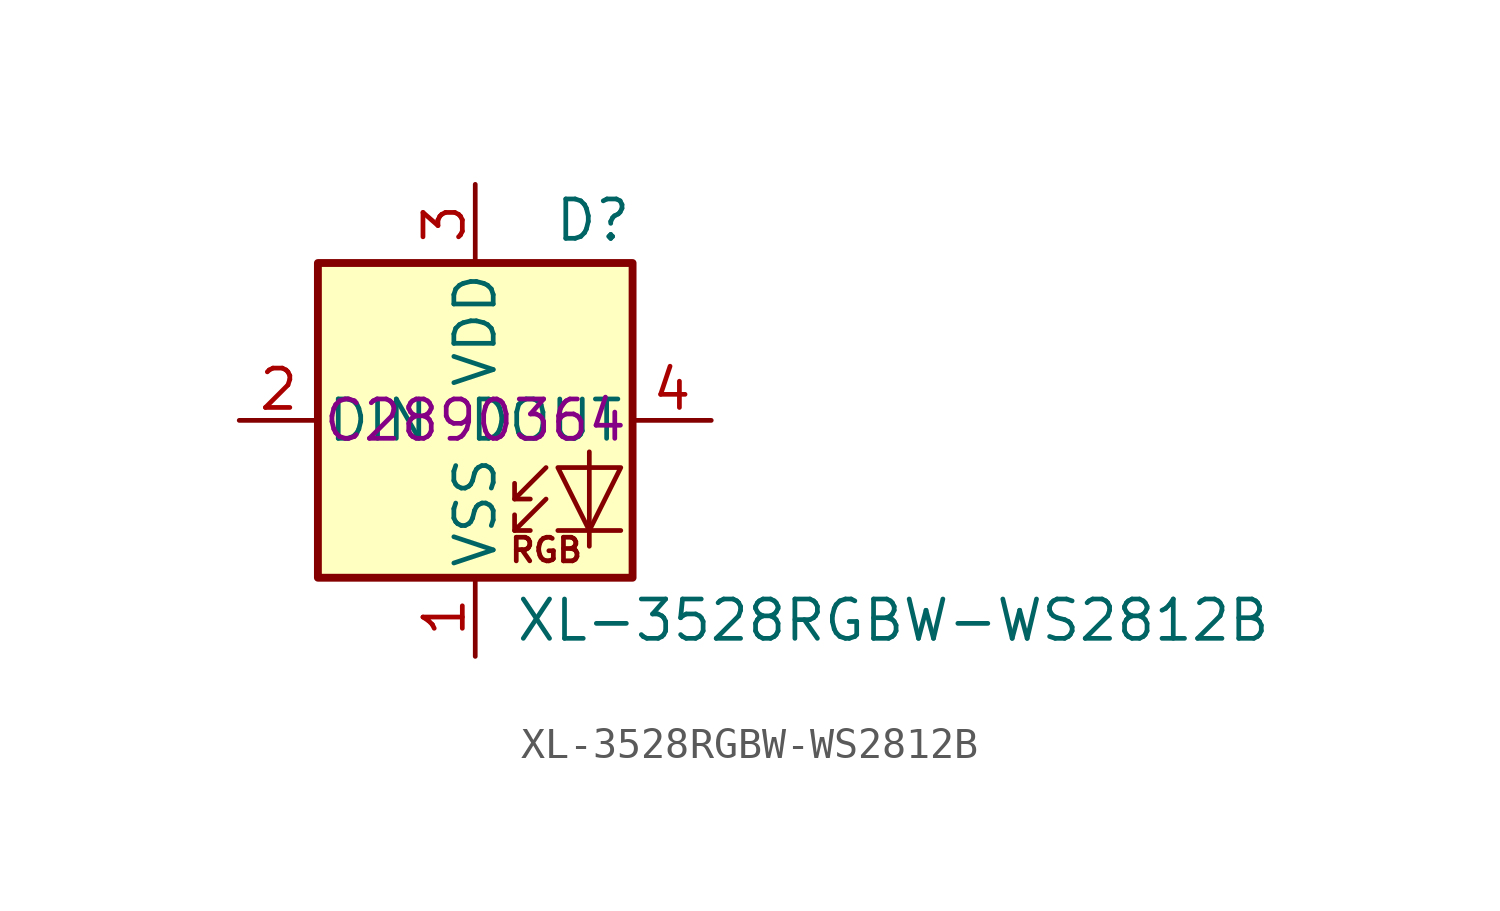
<source format=kicad_sym>
(kicad_symbol_lib
  (version 20211014)
  (generator kicad_symbol_editor)
  (symbol "XL-3528RGBW-WS2812B"
    (pin_names
      (offset 0.254))
    (property "Reference" "D"
      (at 5.08 5.715 0)
      (effects (font (size 1.27 1.27)) (justify right bottom)))
    (property "Value" "XL-3528RGBW-WS2812B"
      (at 1.27 -5.715 0)
      (effects (font (size 1.27 1.27)) (justify left top)))
    (property "LCSC" "C2890364"
      (at 0 0 0)
      (effects (font (size 1.27 1.27))))
    (symbol "XL-3528RGBW-WS2812B_0_0"
      (text "RGB" (at 2.286 -4.191 0) (effects (font (size 0.762 0.762)))))
    (symbol "XL-3528RGBW-WS2812B_0_1"
      (polyline (pts (xy 1.27 -3.556) (xy 1.778 -3.556)) (stroke (width 0) (type default) (color 0 0 0 0)) (fill (type none)))
      (polyline (pts (xy 1.27 -2.54) (xy 1.778 -2.54)) (stroke (width 0) (type default) (color 0 0 0 0)) (fill (type none)))
      (polyline (pts (xy 4.699 -3.556) (xy 2.667 -3.556)) (stroke (width 0) (type default) (color 0 0 0 0)) (fill (type none)))
      (polyline (pts (xy 2.286 -2.54) (xy 1.27 -3.556) (xy 1.27 -3.048)) (stroke (width 0) (type default) (color 0 0 0 0)) (fill (type none)))
      (polyline (pts (xy 2.286 -1.524) (xy 1.27 -2.54) (xy 1.27 -2.032)) (stroke (width 0) (type default) (color 0 0 0 0)) (fill (type none)))
      (polyline (pts (xy 3.683 -1.016) (xy 3.683 -3.556) (xy 3.683 -4.064)) (stroke (width 0) (type default) (color 0 0 0 0)) (fill (type none)))
      (polyline (pts (xy 4.699 -1.524) (xy 2.667 -1.524) (xy 3.683 -3.556) (xy 4.699 -1.524)) (stroke (width 0) (type default) (color 0 0 0 0)) (fill (type none)))
      (rectangle (start 5.08 5.08) (end -5.08 -5.08) (stroke (width 0.254) (type default) (color 0 0 0 0)) (fill (type background))))
    (symbol "XL-3528RGBW-WS2812B_1_1"
      (pin power_in line (at 0 -7.62 90) (length 2.54) (name "VSS" (effects (font (size 1.27 1.27)))) (number "1" (effects (font (size 1.27 1.27)))))
      (pin input line (at -7.62 0 0) (length 2.54) (name "DIN" (effects (font (size 1.27 1.27)))) (number "2" (effects (font (size 1.27 1.27)))))
      (pin power_in line (at 0 7.62 270) (length 2.54) (name "VDD" (effects (font (size 1.27 1.27)))) (number "3" (effects (font (size 1.27 1.27)))))
      (pin output line (at 7.62 0 180) (length 2.54) (name "DOUT" (effects (font (size 1.27 1.27)))) (number "4" (effects (font (size 1.27 1.27))))))))
</source>
